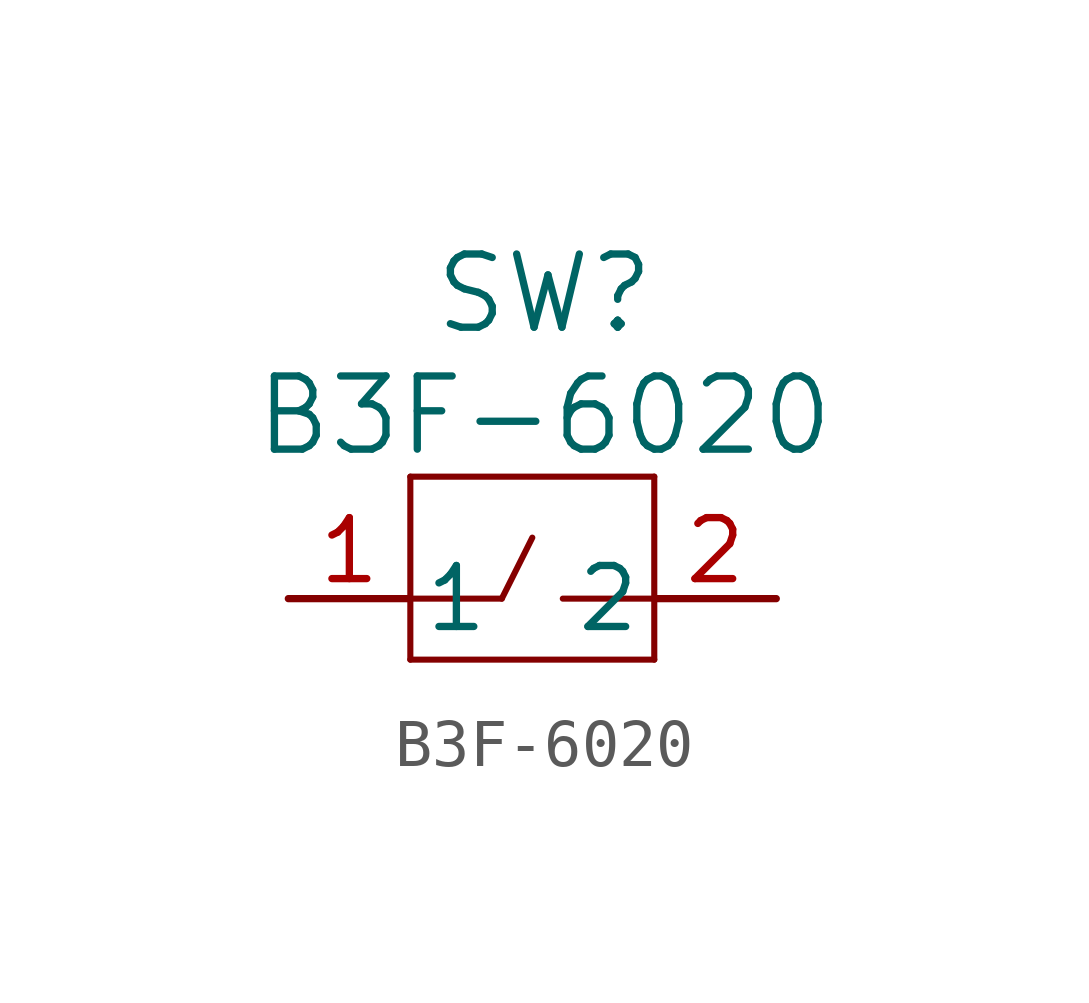
<source format=kicad_sym>
(kicad_symbol_lib
  (version 20241209)
  (generator "kicad_symbol_editor")
  (generator_version "9.0")
  (symbol "B3F-6020"
    (pin_names
      (offset 0.254))
    (property "Reference" "SW"
      (at 10.414 10.16 0)
      (effects (font (size 1.524 1.524))))
    (property "Value" "B3F-6020"
      (at 10.414 7.62 0)
      (effects (font (size 1.524 1.524))))
    (property "ki_locked" ""
      (at 0 0 0)
      (effects (font (size 1.27 1.27))))
    (symbol "B3F-6020_0_1"
      (polyline (pts (xy 7.62 6.35) (xy 7.62 2.54)) (stroke (width 0.127) (type default)) (fill (type none)))
      (polyline (pts (xy 7.62 2.54) (xy 12.7 2.54)) (stroke (width 0.127) (type default)) (fill (type none)))
      (polyline (pts (xy 9.525 3.81) (xy 7.62 3.81)) (stroke (width 0.127) (type default)) (fill (type none)))
      (polyline (pts (xy 9.525 3.81) (xy 10.16 5.08)) (stroke (width 0.127) (type default)) (fill (type none)))
      (polyline (pts (xy 10.795 3.81) (xy 12.7 3.81)) (stroke (width 0.127) (type default)) (fill (type none)))
      (polyline (pts (xy 12.7 6.35) (xy 7.62 6.35)) (stroke (width 0.127) (type default)) (fill (type none)))
      (polyline (pts (xy 12.7 2.54) (xy 12.7 6.35)) (stroke (width 0.127) (type default)) (fill (type none))))
    (symbol "B3F-6020_1_1"
      (pin unspecified line (at 5.08 3.81 0) (length 2.54) (name "1" (effects (font (size 1.27 1.27)))) (number "1" (effects (font (size 1.27 1.27)))))
      (pin unspecified line (at 15.24 3.81 180) (length 2.54) (name "2" (effects (font (size 1.27 1.27)))) (number "2" (effects (font (size 1.27 1.27))))))))
</source>
